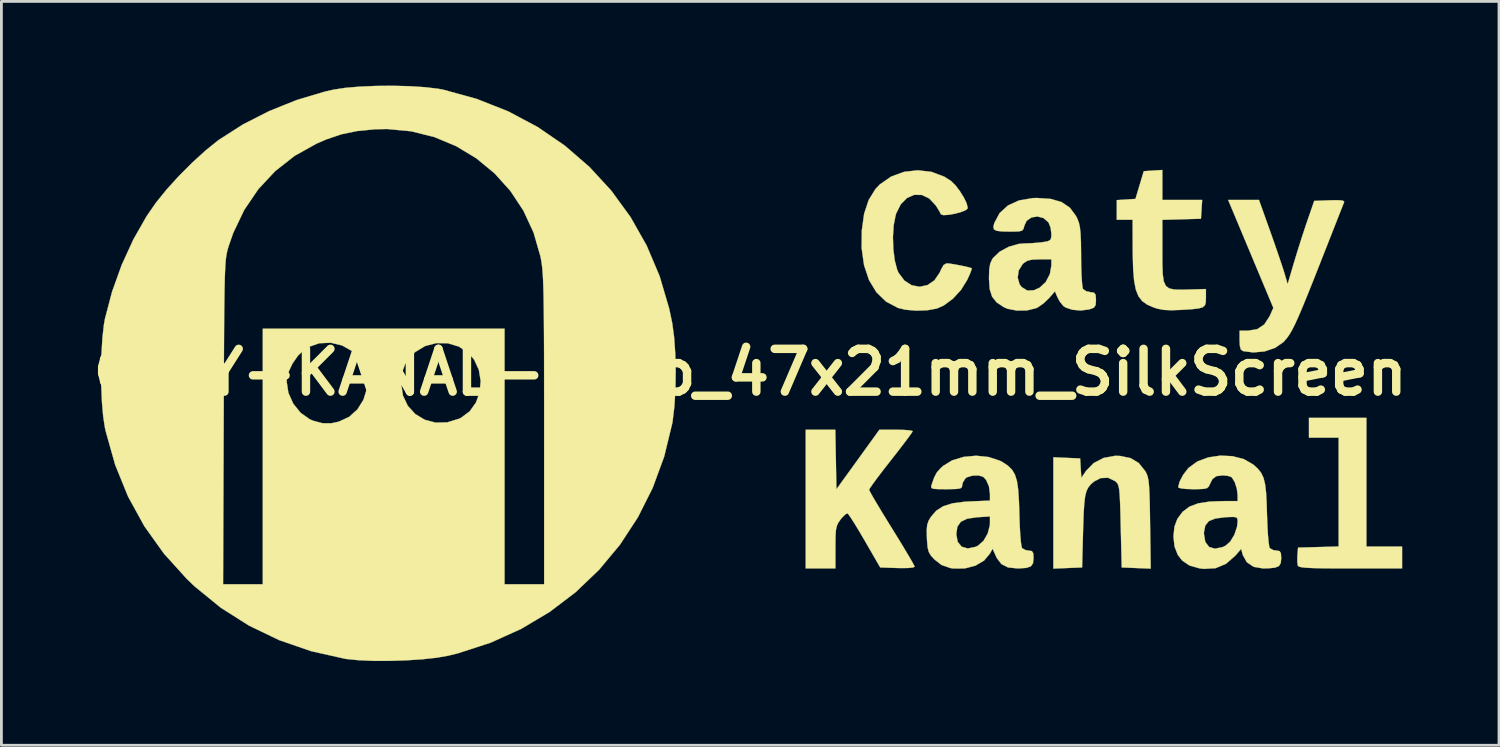
<source format=kicad_pcb>
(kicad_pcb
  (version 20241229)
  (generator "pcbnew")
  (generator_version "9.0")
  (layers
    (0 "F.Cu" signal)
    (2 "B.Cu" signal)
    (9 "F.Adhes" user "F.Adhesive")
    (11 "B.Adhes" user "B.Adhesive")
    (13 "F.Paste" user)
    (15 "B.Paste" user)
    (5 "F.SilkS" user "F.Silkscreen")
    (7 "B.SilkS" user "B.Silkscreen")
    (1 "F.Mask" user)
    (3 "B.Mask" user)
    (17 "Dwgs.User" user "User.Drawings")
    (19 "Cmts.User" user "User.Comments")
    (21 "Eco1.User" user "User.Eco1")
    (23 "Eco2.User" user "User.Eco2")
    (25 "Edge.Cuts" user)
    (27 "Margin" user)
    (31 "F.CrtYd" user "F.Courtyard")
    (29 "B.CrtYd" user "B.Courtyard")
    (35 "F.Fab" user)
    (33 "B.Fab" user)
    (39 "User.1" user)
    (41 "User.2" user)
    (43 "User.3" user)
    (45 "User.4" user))
  (footprint "CATY-KANAL-Logo_47x21mm_SilkScreen"
    (layer "F.Cu")
    (at 23.666 10.207)
    (property "Reference" "CATY-KANAL-Logo_47x21mm_SilkScreen" (at 0 0 0) (layer "F.SilkS") (effects (font (size 1.524 1.524) (thickness 0.3))))
    (attr through_hole)
    (fp_poly (pts (xy 21.943 6.209) (xy 23.213 6.209) (xy 23.213 6.985) (xy 21.376 6.985) (xy 20.803 6.984) (xy 20.357 6.98) (xy 20.022 6.972) (xy 19.784 6.96) (xy 19.628 6.942) (xy 19.539 6.919) (xy 19.502 6.888) (xy 19.502 6.887) (xy 19.482 6.755) (xy 19.483 6.557) (xy 19.486 6.516) (xy 19.509 6.244) (xy 20.232 6.224) (xy 20.955 6.204) (xy 20.955 2.328) (xy 19.897 2.328) (xy 19.897 1.623) (xy 21.943 1.623) (xy 21.943 6.209)) (stroke (width 0.01) (type solid)) (fill yes) (layer "F.SilkS"))
    (fp_poly (pts (xy 14.676 -6.138) (xy 16.094 -6.138) (xy 16.073 -5.803) (xy 16.051 -5.468) (xy 15.363 -5.448) (xy 14.676 -5.428) (xy 14.676 -4.312) (xy 14.677 -3.837) (xy 14.69 -3.485) (xy 14.727 -3.237) (xy 14.8 -3.077) (xy 14.92 -2.986) (xy 15.101 -2.947) (xy 15.355 -2.94) (xy 15.601 -2.946) (xy 16.228 -2.964) (xy 16.228 -2.654) (xy 16.223 -2.495) (xy 16.193 -2.386) (xy 16.115 -2.316) (xy 15.965 -2.273) (xy 15.72 -2.245) (xy 15.361 -2.222) (xy 15 -2.209) (xy 14.731 -2.221) (xy 14.509 -2.263) (xy 14.364 -2.309) (xy 14.135 -2.409) (xy 13.958 -2.536) (xy 13.825 -2.708) (xy 13.732 -2.943) (xy 13.671 -3.258) (xy 13.636 -3.672) (xy 13.622 -4.202) (xy 13.62 -4.427) (xy 13.617 -5.433) (xy 13.053 -5.433) (xy 13.053 -6.131) (xy 13.386 -6.152) (xy 13.719 -6.174) (xy 14.014 -7.161) (xy 14.345 -7.183) (xy 14.676 -7.204) (xy 14.676 -6.138)) (stroke (width 0.01) (type solid)) (fill yes) (layer "F.SilkS"))
    (fp_poly (pts (xy 13.166 2.979) (xy 13.545 3.057) (xy 13.836 3.232) (xy 14.067 3.521) (xy 14.076 3.535) (xy 14.122 3.624) (xy 14.157 3.728) (xy 14.184 3.867) (xy 14.203 4.06) (xy 14.217 4.327) (xy 14.228 4.688) (xy 14.236 5.162) (xy 14.239 5.383) (xy 14.262 6.991) (xy 13.745 6.971) (xy 13.229 6.95) (xy 13.194 5.479) (xy 13.182 4.988) (xy 13.17 4.618) (xy 13.156 4.351) (xy 13.138 4.166) (xy 13.114 4.044) (xy 13.08 3.965) (xy 13.034 3.91) (xy 12.992 3.874) (xy 12.744 3.756) (xy 12.477 3.768) (xy 12.25 3.886) (xy 12.13 3.989) (xy 12.04 4.097) (xy 11.973 4.233) (xy 11.927 4.416) (xy 11.896 4.67) (xy 11.874 5.014) (xy 11.858 5.472) (xy 11.853 5.644) (xy 11.818 6.95) (xy 11.307 6.97) (xy 10.795 6.991) (xy 10.795 3.027) (xy 11.271 3.048) (xy 11.748 3.069) (xy 11.769 3.414) (xy 11.791 3.76) (xy 11.961 3.51) (xy 12.231 3.233) (xy 12.585 3.05) (xy 12.991 2.975) (xy 13.166 2.979)) (stroke (width 0.01) (type solid)) (fill yes) (layer "F.SilkS"))
    (fp_poly (pts (xy 18.513 -5.027) (xy 18.656 -4.622) (xy 18.791 -4.232) (xy 18.907 -3.889) (xy 18.993 -3.628) (xy 19.024 -3.528) (xy 19.138 -3.14) (xy 19.367 -3.916) (xy 19.492 -4.327) (xy 19.637 -4.784) (xy 19.778 -5.213) (xy 19.841 -5.397) (xy 20.085 -6.103) (xy 20.635 -6.124) (xy 20.918 -6.129) (xy 21.082 -6.118) (xy 21.148 -6.087) (xy 21.147 -6.053) (xy 21.113 -5.967) (xy 21.034 -5.766) (xy 20.916 -5.467) (xy 20.767 -5.088) (xy 20.593 -4.645) (xy 20.4 -4.155) (xy 20.321 -3.954) (xy 20.062 -3.297) (xy 19.846 -2.758) (xy 19.668 -2.323) (xy 19.521 -1.978) (xy 19.399 -1.709) (xy 19.294 -1.502) (xy 19.201 -1.343) (xy 19.113 -1.219) (xy 19.024 -1.115) (xy 18.98 -1.069) (xy 18.689 -0.869) (xy 18.319 -0.744) (xy 17.913 -0.706) (xy 17.551 -0.754) (xy 17.473 -0.808) (xy 17.436 -0.938) (xy 17.427 -1.134) (xy 17.427 -1.482) (xy 17.735 -1.482) (xy 18.055 -1.535) (xy 18.304 -1.701) (xy 18.494 -1.991) (xy 18.509 -2.023) (xy 18.629 -2.293) (xy 17.824 -4.216) (xy 17.019 -6.138) (xy 18.116 -6.138) (xy 18.513 -5.027)) (stroke (width 0.01) (type solid)) (fill yes) (layer "F.SilkS"))
    (fp_poly (pts (xy 3.05 3.106) (xy 3.069 4.166) (xy 3.835 3.106) (xy 4.601 2.046) (xy 5.193 2.046) (xy 5.462 2.052) (xy 5.667 2.067) (xy 5.776 2.09) (xy 5.785 2.099) (xy 5.743 2.169) (xy 5.627 2.33) (xy 5.451 2.564) (xy 5.229 2.852) (xy 5.009 3.133) (xy 4.758 3.454) (xy 4.541 3.739) (xy 4.372 3.968) (xy 4.265 4.124) (xy 4.233 4.183) (xy 4.269 4.261) (xy 4.369 4.44) (xy 4.523 4.701) (xy 4.719 5.027) (xy 4.948 5.399) (xy 5.045 5.555) (xy 5.283 5.94) (xy 5.493 6.286) (xy 5.665 6.575) (xy 5.788 6.788) (xy 5.85 6.907) (xy 5.856 6.924) (xy 5.79 6.953) (xy 5.613 6.97) (xy 5.352 6.973) (xy 5.242 6.97) (xy 4.629 6.95) (xy 4.079 5.998) (xy 3.886 5.669) (xy 3.715 5.387) (xy 3.577 5.172) (xy 3.488 5.047) (xy 3.465 5.024) (xy 3.386 5.061) (xy 3.266 5.181) (xy 3.217 5.242) (xy 3.135 5.359) (xy 3.082 5.476) (xy 3.051 5.626) (xy 3.038 5.843) (xy 3.034 6.16) (xy 3.034 6.233) (xy 3.034 6.985) (xy 1.976 6.985) (xy 1.976 2.046) (xy 3.03 2.046) (xy 3.05 3.106)) (stroke (width 0.01) (type solid)) (fill yes) (layer "F.SilkS"))
    (fp_poly (pts (xy 6.454 -7.137) (xy 6.91 -6.966) (xy 7.151 -6.812) (xy 7.307 -6.659) (xy 7.466 -6.45) (xy 7.608 -6.222) (xy 7.708 -6.012) (xy 7.744 -5.859) (xy 7.739 -5.828) (xy 7.656 -5.764) (xy 7.486 -5.699) (xy 7.272 -5.643) (xy 7.056 -5.606) (xy 6.882 -5.596) (xy 6.793 -5.623) (xy 6.79 -5.629) (xy 6.736 -5.735) (xy 6.635 -5.899) (xy 6.607 -5.941) (xy 6.373 -6.191) (xy 6.11 -6.315) (xy 5.839 -6.319) (xy 5.582 -6.206) (xy 5.361 -5.983) (xy 5.197 -5.655) (xy 5.179 -5.595) (xy 5.109 -5.236) (xy 5.082 -4.817) (xy 5.096 -4.383) (xy 5.147 -3.979) (xy 5.234 -3.649) (xy 5.279 -3.547) (xy 5.49 -3.265) (xy 5.751 -3.098) (xy 6.034 -3.045) (xy 6.313 -3.105) (xy 6.561 -3.275) (xy 6.75 -3.554) (xy 6.784 -3.637) (xy 6.883 -3.817) (xy 6.996 -3.881) (xy 7.121 -3.867) (xy 7.318 -3.835) (xy 7.541 -3.792) (xy 7.74 -3.748) (xy 7.868 -3.713) (xy 7.89 -3.702) (xy 7.874 -3.633) (xy 7.811 -3.474) (xy 7.727 -3.29) (xy 7.506 -2.933) (xy 7.216 -2.618) (xy 6.892 -2.379) (xy 6.646 -2.27) (xy 6.311 -2.209) (xy 5.919 -2.194) (xy 5.538 -2.226) (xy 5.265 -2.291) (xy 4.84 -2.514) (xy 4.494 -2.849) (xy 4.23 -3.285) (xy 4.053 -3.814) (xy 3.967 -4.426) (xy 3.973 -5.047) (xy 4.056 -5.645) (xy 4.217 -6.133) (xy 4.459 -6.525) (xy 4.617 -6.691) (xy 5.018 -6.969) (xy 5.477 -7.137) (xy 5.966 -7.193) (xy 6.454 -7.137)) (stroke (width 0.01) (type solid)) (fill yes) (layer "F.SilkS"))
    (fp_poly (pts (xy 17.175 2.988) (xy 17.579 3.093) (xy 17.913 3.285) (xy 17.921 3.292) (xy 18.079 3.436) (xy 18.195 3.583) (xy 18.278 3.757) (xy 18.334 3.982) (xy 18.37 4.282) (xy 18.391 4.682) (xy 18.402 5.045) (xy 18.416 5.434) (xy 18.435 5.777) (xy 18.459 6.047) (xy 18.485 6.218) (xy 18.501 6.262) (xy 18.624 6.332) (xy 18.741 6.35) (xy 18.851 6.368) (xy 18.898 6.447) (xy 18.909 6.624) (xy 18.893 6.793) (xy 18.828 6.9) (xy 18.688 6.958) (xy 18.447 6.981) (xy 18.253 6.984) (xy 17.929 6.928) (xy 17.686 6.765) (xy 17.54 6.506) (xy 17.529 6.467) (xy 17.485 6.289) (xy 17.27 6.534) (xy 16.941 6.822) (xy 16.573 6.976) (xy 16.152 7.001) (xy 15.996 6.981) (xy 15.64 6.88) (xy 15.38 6.702) (xy 15.226 6.503) (xy 15.111 6.208) (xy 15.072 5.854) (xy 15.081 5.756) (xy 16.157 5.756) (xy 16.205 6.041) (xy 16.339 6.219) (xy 16.548 6.282) (xy 16.82 6.226) (xy 16.928 6.176) (xy 17.097 6.025) (xy 17.241 5.785) (xy 17.335 5.507) (xy 17.357 5.317) (xy 17.351 5.219) (xy 17.311 5.167) (xy 17.206 5.15) (xy 17.003 5.157) (xy 16.902 5.163) (xy 16.558 5.208) (xy 16.333 5.3) (xy 16.206 5.455) (xy 16.159 5.688) (xy 16.157 5.756) (xy 15.081 5.756) (xy 15.107 5.499) (xy 15.211 5.22) (xy 15.399 4.967) (xy 15.639 4.786) (xy 15.951 4.668) (xy 16.357 4.605) (xy 16.81 4.588) (xy 17.357 4.586) (xy 17.357 4.379) (xy 17.328 4.14) (xy 17.254 3.912) (xy 17.156 3.752) (xy 17.123 3.724) (xy 16.995 3.686) (xy 16.828 3.671) (xy 16.6 3.699) (xy 16.46 3.803) (xy 16.375 3.97) (xy 16.33 4.068) (xy 16.266 4.126) (xy 16.148 4.153) (xy 15.943 4.162) (xy 15.771 4.163) (xy 15.518 4.155) (xy 15.33 4.133) (xy 15.242 4.103) (xy 15.24 4.097) (xy 15.289 3.896) (xy 15.416 3.655) (xy 15.594 3.422) (xy 15.613 3.402) (xy 15.921 3.177) (xy 16.309 3.032) (xy 16.739 2.968) (xy 17.175 2.988)) (stroke (width 0.01) (type solid)) (fill yes) (layer "F.SilkS"))
    (fp_poly (pts (xy 8.486 3.017) (xy 8.888 3.149) (xy 8.987 3.201) (xy 9.178 3.328) (xy 9.322 3.468) (xy 9.426 3.643) (xy 9.498 3.875) (xy 9.543 4.186) (xy 9.57 4.598) (xy 9.584 5.045) (xy 9.597 5.445) (xy 9.616 5.792) (xy 9.64 6.06) (xy 9.667 6.224) (xy 9.681 6.262) (xy 9.805 6.332) (xy 9.922 6.35) (xy 10.031 6.368) (xy 10.079 6.447) (xy 10.089 6.624) (xy 10.07 6.803) (xy 9.994 6.911) (xy 9.834 6.966) (xy 9.566 6.984) (xy 9.512 6.984) (xy 9.182 6.95) (xy 8.948 6.833) (xy 8.785 6.62) (xy 8.757 6.563) (xy 8.631 6.281) (xy 8.541 6.449) (xy 8.328 6.705) (xy 8.018 6.887) (xy 7.641 6.985) (xy 7.227 6.986) (xy 7.128 6.972) (xy 6.811 6.861) (xy 6.565 6.669) (xy 6.435 6.528) (xy 6.358 6.398) (xy 6.317 6.234) (xy 6.296 5.987) (xy 6.292 5.909) (xy 6.289 5.77) (xy 7.338 5.77) (xy 7.389 6.041) (xy 7.531 6.212) (xy 7.747 6.274) (xy 8.018 6.218) (xy 8.108 6.177) (xy 8.305 6.006) (xy 8.456 5.746) (xy 8.533 5.449) (xy 8.537 5.361) (xy 8.537 5.134) (xy 8.069 5.164) (xy 7.726 5.214) (xy 7.5 5.322) (xy 7.376 5.501) (xy 7.338 5.765) (xy 7.338 5.77) (xy 6.289 5.77) (xy 6.285 5.624) (xy 6.303 5.43) (xy 6.356 5.28) (xy 6.433 5.151) (xy 6.626 4.928) (xy 6.874 4.77) (xy 7.202 4.667) (xy 7.634 4.61) (xy 7.849 4.598) (xy 8.537 4.57) (xy 8.537 4.326) (xy 8.499 4.054) (xy 8.397 3.827) (xy 8.297 3.723) (xy 8.129 3.674) (xy 7.912 3.681) (xy 7.72 3.738) (xy 7.66 3.78) (xy 7.569 3.93) (xy 7.549 4.027) (xy 7.536 4.094) (xy 7.479 4.135) (xy 7.348 4.155) (xy 7.117 4.162) (xy 6.98 4.163) (xy 6.7 4.161) (xy 6.534 4.151) (xy 6.457 4.123) (xy 6.443 4.071) (xy 6.46 4.004) (xy 6.551 3.745) (xy 6.645 3.568) (xy 6.778 3.417) (xy 6.865 3.338) (xy 7.192 3.136) (xy 7.599 3.013) (xy 8.043 2.972) (xy 8.486 3.017)) (stroke (width 0.01) (type solid)) (fill yes) (layer "F.SilkS"))
    (fp_poly (pts (xy 10.705 -6.173) (xy 11.089 -6.06) (xy 11.382 -5.861) (xy 11.6 -5.568) (xy 11.65 -5.468) (xy 11.703 -5.329) (xy 11.74 -5.164) (xy 11.763 -4.944) (xy 11.777 -4.643) (xy 11.782 -4.233) (xy 11.782 -4.128) (xy 11.787 -3.749) (xy 11.8 -3.416) (xy 11.818 -3.156) (xy 11.84 -2.997) (xy 11.85 -2.966) (xy 11.964 -2.886) (xy 12.114 -2.854) (xy 12.243 -2.834) (xy 12.299 -2.762) (xy 12.312 -2.596) (xy 12.312 -2.574) (xy 12.3 -2.393) (xy 12.238 -2.3) (xy 12.087 -2.244) (xy 12.065 -2.238) (xy 11.77 -2.2) (xy 11.473 -2.226) (xy 11.23 -2.307) (xy 11.149 -2.363) (xy 11.025 -2.516) (xy 10.936 -2.681) (xy 10.853 -2.883) (xy 10.631 -2.63) (xy 10.443 -2.453) (xy 10.241 -2.312) (xy 10.181 -2.283) (xy 9.859 -2.203) (xy 9.498 -2.197) (xy 9.163 -2.262) (xy 9.032 -2.318) (xy 8.776 -2.488) (xy 8.614 -2.691) (xy 8.528 -2.959) (xy 8.502 -3.327) (xy 8.502 -3.351) (xy 8.503 -3.371) (xy 9.524 -3.371) (xy 9.592 -3.132) (xy 9.666 -3.034) (xy 9.867 -2.911) (xy 10.1 -2.92) (xy 10.307 -3.013) (xy 10.523 -3.214) (xy 10.671 -3.498) (xy 10.724 -3.803) (xy 10.724 -4.022) (xy 10.298 -4.022) (xy 10.039 -4.012) (xy 9.871 -3.973) (xy 9.743 -3.891) (xy 9.698 -3.848) (xy 9.561 -3.627) (xy 9.524 -3.371) (xy 8.503 -3.371) (xy 8.511 -3.656) (xy 8.545 -3.864) (xy 8.613 -4.018) (xy 8.647 -4.069) (xy 8.884 -4.295) (xy 9.207 -4.47) (xy 9.562 -4.571) (xy 9.742 -4.586) (xy 10.034 -4.597) (xy 10.34 -4.624) (xy 10.397 -4.631) (xy 10.596 -4.664) (xy 10.691 -4.715) (xy 10.722 -4.817) (xy 10.724 -4.933) (xy 10.696 -5.15) (xy 10.626 -5.329) (xy 10.62 -5.338) (xy 10.445 -5.491) (xy 10.23 -5.548) (xy 10.017 -5.514) (xy 9.845 -5.396) (xy 9.762 -5.222) (xy 9.732 -5.106) (xy 9.678 -5.043) (xy 9.564 -5.016) (xy 9.355 -5.01) (xy 9.275 -5.009) (xy 8.963 -5.015) (xy 8.771 -5.039) (xy 8.677 -5.092) (xy 8.66 -5.186) (xy 8.693 -5.315) (xy 8.882 -5.67) (xy 9.178 -5.94) (xy 9.571 -6.119) (xy 10.052 -6.202) (xy 10.215 -6.207) (xy 10.705 -6.173)) (stroke (width 0.01) (type solid)) (fill yes) (layer "F.SilkS"))
    (fp_poly (pts (xy -12.127 -10.187) (xy -11.579 -10.152) (xy -11.117 -10.097) (xy -10.936 -10.064) (xy -9.744 -9.736) (xy -8.62 -9.292) (xy -7.572 -8.735) (xy -6.606 -8.074) (xy -5.728 -7.315) (xy -4.945 -6.464) (xy -4.263 -5.528) (xy -3.688 -4.513) (xy -3.227 -3.425) (xy -2.887 -2.272) (xy -2.778 -1.753) (xy -2.711 -1.257) (xy -2.669 -0.666) (xy -2.654 -0.026) (xy -2.664 0.618) (xy -2.701 1.221) (xy -2.763 1.739) (xy -2.778 1.824) (xy -3.064 3.002) (xy -3.474 4.118) (xy -4.001 5.166) (xy -4.638 6.139) (xy -5.379 7.029) (xy -6.216 7.83) (xy -7.144 8.535) (xy -8.156 9.137) (xy -9.244 9.629) (xy -10.404 10.006) (xy -10.76 10.094) (xy -11.17 10.165) (xy -11.681 10.221) (xy -12.255 10.258) (xy -12.851 10.277) (xy -13.431 10.276) (xy -13.955 10.253) (xy -14.385 10.209) (xy -14.429 10.202) (xy -15.634 9.932) (xy -16.776 9.538) (xy -17.85 9.021) (xy -18.852 8.385) (xy -19.779 7.63) (xy -19.863 7.549) (xy -18.772 7.549) (xy -17.357 7.549) (xy -17.357 0.314) (xy -16.51 0.314) (xy -16.447 0.731) (xy -16.273 1.118) (xy -16.011 1.444) (xy -15.681 1.676) (xy -15.557 1.728) (xy -15.224 1.816) (xy -14.917 1.816) (xy -14.653 1.759) (xy -14.282 1.588) (xy -13.985 1.319) (xy -13.773 0.979) (xy -13.654 0.596) (xy -13.647 0.397) (xy -12.431 0.397) (xy -12.367 0.829) (xy -12.193 1.197) (xy -11.928 1.487) (xy -11.593 1.69) (xy -11.207 1.793) (xy -10.791 1.784) (xy -10.364 1.653) (xy -10.301 1.623) (xy -9.988 1.389) (xy -9.764 1.073) (xy -9.633 0.703) (xy -9.599 0.306) (xy -9.664 -0.087) (xy -9.832 -0.449) (xy -10.031 -0.685) (xy -10.375 -0.915) (xy -10.769 -1.033) (xy -11.18 -1.039) (xy -11.578 -0.934) (xy -11.93 -0.722) (xy -12.092 -0.561) (xy -12.291 -0.281) (xy -12.397 -0.002) (xy -12.431 0.339) (xy -12.431 0.397) (xy -13.647 0.397) (xy -13.639 0.195) (xy -13.737 -0.195) (xy -13.872 -0.441) (xy -14.168 -0.749) (xy -14.533 -0.955) (xy -14.936 -1.052) (xy -15.348 -1.034) (xy -15.739 -0.896) (xy -15.865 -0.818) (xy -16.098 -0.6) (xy -16.301 -0.31) (xy -16.448 0.005) (xy -16.509 0.293) (xy -16.51 0.314) (xy -17.357 0.314) (xy -17.357 -1.552) (xy -8.749 -1.552) (xy -8.749 7.549) (xy -7.338 7.549) (xy -7.339 2.028) (xy -7.339 1.007) (xy -7.34 0.117) (xy -7.341 -0.652) (xy -7.344 -1.312) (xy -7.348 -1.872) (xy -7.353 -2.342) (xy -7.359 -2.733) (xy -7.368 -3.056) (xy -7.378 -3.319) (xy -7.391 -3.535) (xy -7.406 -3.712) (xy -7.424 -3.863) (xy -7.445 -3.995) (xy -7.469 -4.121) (xy -7.472 -4.132) (xy -7.715 -4.976) (xy -8.076 -5.755) (xy -8.543 -6.461) (xy -9.106 -7.085) (xy -9.752 -7.618) (xy -10.469 -8.051) (xy -11.247 -8.376) (xy -12.073 -8.582) (xy -12.937 -8.663) (xy -13.37 -8.653) (xy -13.998 -8.591) (xy -14.551 -8.477) (xy -15.089 -8.296) (xy -15.44 -8.144) (xy -16.223 -7.708) (xy -16.918 -7.163) (xy -17.519 -6.518) (xy -18.019 -5.781) (xy -18.412 -4.959) (xy -18.57 -4.503) (xy -18.599 -4.409) (xy -18.624 -4.317) (xy -18.645 -4.217) (xy -18.664 -4.101) (xy -18.68 -3.957) (xy -18.693 -3.776) (xy -18.704 -3.549) (xy -18.714 -3.266) (xy -18.721 -2.916) (xy -18.727 -2.49) (xy -18.733 -1.978) (xy -18.737 -1.37) (xy -18.741 -0.656) (xy -18.745 0.172) (xy -18.748 1.126) (xy -18.751 1.782) (xy -18.772 7.549) (xy -19.863 7.549) (xy -20.06 7.362) (xy -20.878 6.458) (xy -21.577 5.479) (xy -22.156 4.425) (xy -22.614 3.298) (xy -22.952 2.099) (xy -22.979 1.976) (xy -23.041 1.575) (xy -23.085 1.071) (xy -23.109 0.502) (xy -23.114 -0.096) (xy -23.101 -0.686) (xy -23.068 -1.232) (xy -23.016 -1.695) (xy -22.979 -1.905) (xy -22.726 -2.866) (xy -22.384 -3.819) (xy -21.967 -4.729) (xy -21.493 -5.56) (xy -21.163 -6.038) (xy -20.788 -6.502) (xy -20.343 -6.992) (xy -19.864 -7.472) (xy -19.386 -7.906) (xy -18.945 -8.26) (xy -18.909 -8.286) (xy -18.066 -8.825) (xy -17.131 -9.301) (xy -16.146 -9.697) (xy -15.154 -9.993) (xy -14.852 -10.062) (xy -14.431 -10.127) (xy -13.912 -10.172) (xy -13.33 -10.197) (xy -12.723 -10.202) (xy -12.127 -10.187)) (stroke (width 0.01) (type solid)) (fill yes) (layer "F.SilkS")))
  (gr_rect
    (start -3 -3)
    (end 50.331 23.489)
    (stroke (width 0.1) (type default))
    (fill no)
    (layer "Edge.Cuts")))
</source>
